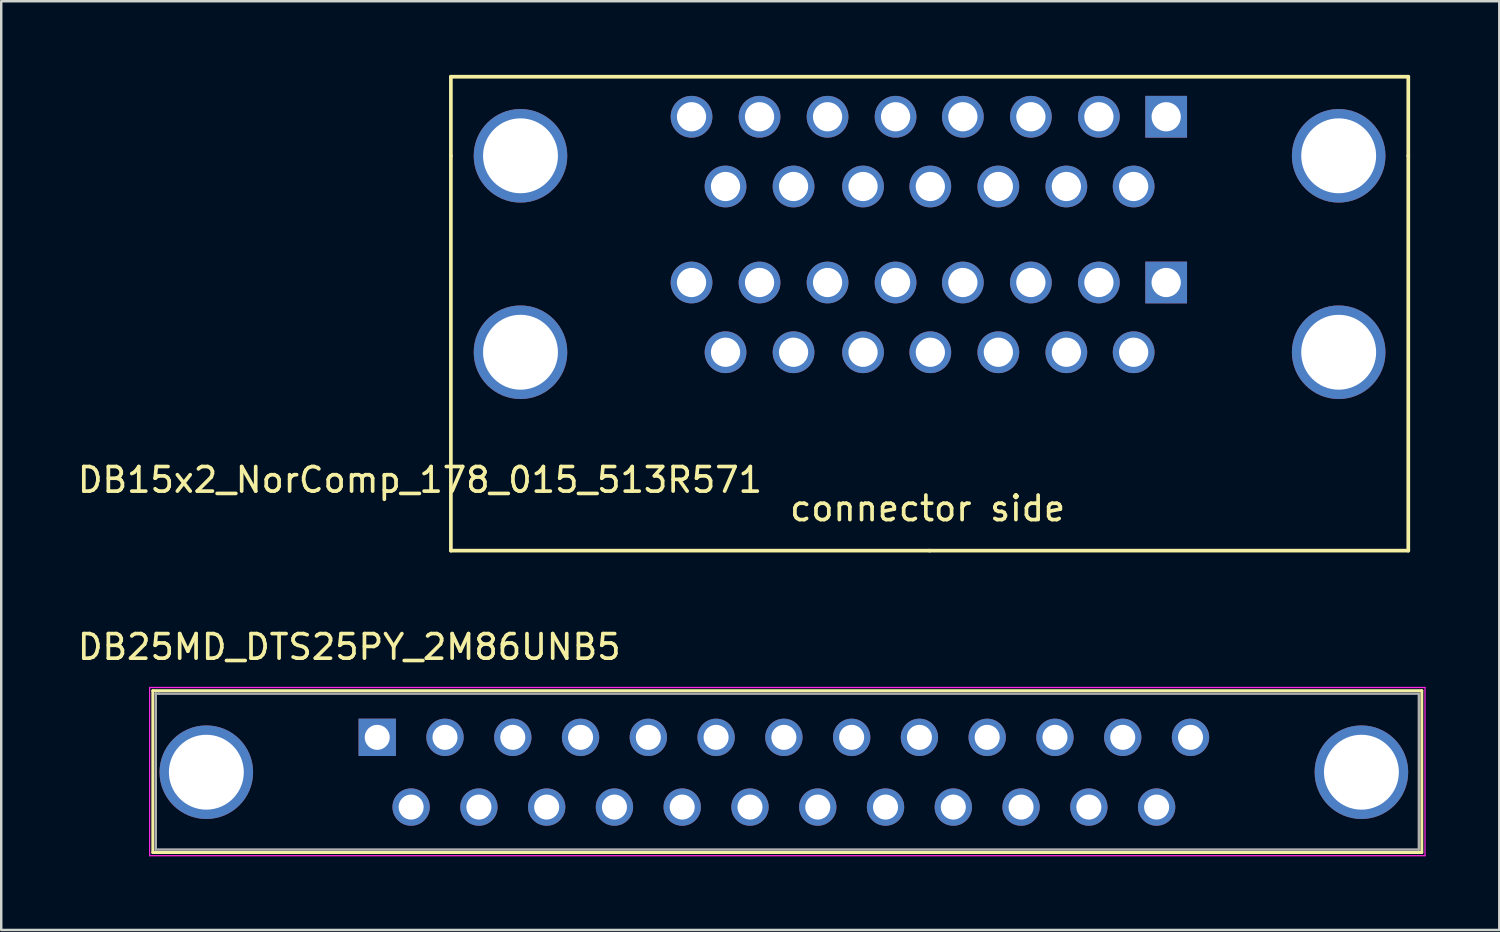
<source format=kicad_pcb>
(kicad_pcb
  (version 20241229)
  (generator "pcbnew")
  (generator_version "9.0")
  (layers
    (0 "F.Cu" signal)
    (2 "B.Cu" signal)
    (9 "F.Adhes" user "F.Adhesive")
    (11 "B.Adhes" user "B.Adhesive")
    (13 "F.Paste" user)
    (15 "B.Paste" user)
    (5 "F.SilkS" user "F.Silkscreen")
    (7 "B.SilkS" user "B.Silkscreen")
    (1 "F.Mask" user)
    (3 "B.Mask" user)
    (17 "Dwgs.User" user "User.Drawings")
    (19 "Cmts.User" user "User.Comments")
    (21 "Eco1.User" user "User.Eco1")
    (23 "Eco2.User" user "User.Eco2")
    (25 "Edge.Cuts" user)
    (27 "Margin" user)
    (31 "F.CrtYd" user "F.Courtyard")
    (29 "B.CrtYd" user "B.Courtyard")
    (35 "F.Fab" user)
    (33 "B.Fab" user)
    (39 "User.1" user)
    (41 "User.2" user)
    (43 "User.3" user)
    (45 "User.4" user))
  (footprint "DB15x2_NorComp_178_015_513R571"
    (layer "F.Cu")
    (at 34.807 3.295)
    (property "Reference" "DB15x2_NorComp_178_015_513R571" (at -20.753 13.199 180) (layer "F.SilkS") (effects (font (size 1 1) (thickness 0.15))))
    (attr through_hole)
    (fp_line (start -19.495 -3.22) (end -19.495 0) (stroke (width 0.15) (type solid)) (layer "F.SilkS"))
    (fp_line (start -19.495 16.08) (end -19.495 0) (stroke (width 0.15) (type solid)) (layer "F.SilkS"))
    (fp_line (start 0 16.08) (end -19.495 16.08) (stroke (width 0.15) (type solid)) (layer "F.SilkS"))
    (fp_line (start 19.495 -3.22) (end -19.495 -3.22) (stroke (width 0.15) (type solid)) (layer "F.SilkS"))
    (fp_line (start 19.495 0) (end 19.495 -3.22) (stroke (width 0.15) (type solid)) (layer "F.SilkS"))
    (fp_line (start 19.495 0) (end 19.495 16.08) (stroke (width 0.15) (type solid)) (layer "F.SilkS"))
    (fp_line (start 19.495 16.08) (end 0 16.08) (stroke (width 0.15) (type solid)) (layer "F.SilkS"))
    (fp_text user "connector side" (at -0.08 14.36 0) (layer "F.SilkS") (effects (font (size 1 1) (thickness 0.15))))
    (pad "0" thru_hole circle (at -16.66 0) (size 3.81 3.81) (drill 3.05) (layers "*.Cu" "*.Mask"))
    (pad "0" thru_hole circle (at -16.66 8) (size 3.81 3.81) (drill 3.05) (layers "*.Cu" "*.Mask"))
    (pad "0" thru_hole circle (at 16.66 0) (size 3.81 3.81) (drill 3.05) (layers "*.Cu" "*.Mask"))
    (pad "0" thru_hole circle (at 16.66 8) (size 3.81 3.81) (drill 3.05) (layers "*.Cu" "*.Mask"))
    (pad "1" thru_hole rect (at 9.635 -1.59) (size 1.7 1.7) (drill 1.19) (layers "*.Cu" "*.Mask"))
    (pad "1" thru_hole rect (at 9.635 5.16) (size 1.7 1.7) (drill 1.19) (layers "*.Cu" "*.Mask"))
    (pad "2" thru_hole circle (at 6.895 -1.59) (size 1.7 1.7) (drill 1.19) (layers "*.Cu" "*.Mask"))
    (pad "2" thru_hole circle (at 6.895 5.16) (size 1.7 1.7) (drill 1.19) (layers "*.Cu" "*.Mask"))
    (pad "3" thru_hole circle (at 4.125 -1.59) (size 1.7 1.7) (drill 1.19) (layers "*.Cu" "*.Mask"))
    (pad "3" thru_hole circle (at 4.125 5.16) (size 1.7 1.7) (drill 1.19) (layers "*.Cu" "*.Mask"))
    (pad "4" thru_hole circle (at 1.355 -1.59) (size 1.7 1.7) (drill 1.19) (layers "*.Cu" "*.Mask"))
    (pad "4" thru_hole circle (at 1.355 5.16) (size 1.7 1.7) (drill 1.19) (layers "*.Cu" "*.Mask"))
    (pad "5" thru_hole circle (at -1.385 -1.59) (size 1.7 1.7) (drill 1.19) (layers "*.Cu" "*.Mask"))
    (pad "5" thru_hole circle (at -1.385 5.16) (size 1.7 1.7) (drill 1.19) (layers "*.Cu" "*.Mask"))
    (pad "6" thru_hole circle (at -4.155 -1.59) (size 1.7 1.7) (drill 1.19) (layers "*.Cu" "*.Mask"))
    (pad "6" thru_hole circle (at -4.155 5.16) (size 1.7 1.7) (drill 1.19) (layers "*.Cu" "*.Mask"))
    (pad "7" thru_hole circle (at -6.925 -1.59) (size 1.7 1.7) (drill 1.19) (layers "*.Cu" "*.Mask"))
    (pad "7" thru_hole circle (at -6.925 5.16) (size 1.7 1.7) (drill 1.19) (layers "*.Cu" "*.Mask"))
    (pad "8" thru_hole circle (at -9.695 -1.59) (size 1.7 1.7) (drill 1.19) (layers "*.Cu" "*.Mask"))
    (pad "8" thru_hole circle (at -9.695 5.16) (size 1.7 1.7) (drill 1.19) (layers "*.Cu" "*.Mask"))
    (pad "9" thru_hole circle (at 8.31 1.25) (size 1.7 1.7) (drill 1.19) (layers "*.Cu" "*.Mask"))
    (pad "9" thru_hole circle (at 8.31 8) (size 1.7 1.7) (drill 1.19) (layers "*.Cu" "*.Mask"))
    (pad "10" thru_hole circle (at 5.57 1.25) (size 1.7 1.7) (drill 1.19) (layers "*.Cu" "*.Mask"))
    (pad "10" thru_hole circle (at 5.57 8) (size 1.7 1.7) (drill 1.19) (layers "*.Cu" "*.Mask"))
    (pad "11" thru_hole circle (at 2.8 1.25) (size 1.7 1.7) (drill 1.19) (layers "*.Cu" "*.Mask"))
    (pad "11" thru_hole circle (at 2.8 8) (size 1.7 1.7) (drill 1.19) (layers "*.Cu" "*.Mask"))
    (pad "12" thru_hole circle (at 0.03 1.25) (size 1.7 1.7) (drill 1.19) (layers "*.Cu" "*.Mask"))
    (pad "12" thru_hole circle (at 0.03 8) (size 1.7 1.7) (drill 1.19) (layers "*.Cu" "*.Mask"))
    (pad "13" thru_hole circle (at -2.71 1.25) (size 1.7 1.7) (drill 1.19) (layers "*.Cu" "*.Mask"))
    (pad "13" thru_hole circle (at -2.71 8) (size 1.7 1.7) (drill 1.19) (layers "*.Cu" "*.Mask"))
    (pad "14" thru_hole circle (at -5.54 1.25) (size 1.7 1.7) (drill 1.19) (layers "*.Cu" "*.Mask"))
    (pad "14" thru_hole circle (at -5.54 8) (size 1.7 1.7) (drill 1.19) (layers "*.Cu" "*.Mask"))
    (pad "15" thru_hole circle (at -8.31 1.25) (size 1.7 1.7) (drill 1.19) (layers "*.Cu" "*.Mask"))
    (pad "15" thru_hole circle (at -8.31 8) (size 1.7 1.7) (drill 1.19) (layers "*.Cu" "*.Mask")))
  (footprint "DB25MD_DTS25PY_2M86UNB5"
    (layer "F.Cu")
    (at 28.873 28.398)
    (property "Reference" "DB25MD_DTS25PY_2M86UNB5" (at -17.7 -5.1 180) (layer "F.SilkS") (effects (font (size 1 1) (thickness 0.15))))
    (attr through_hole)
    (fp_line (start -25.7 -3.32) (end -25.7 3.27) (stroke (width 0.12) (type solid)) (layer "F.SilkS"))
    (fp_line (start -25.7 -3.32) (end 25.98 -3.32) (stroke (width 0.12) (type solid)) (layer "F.SilkS"))
    (fp_line (start 25.98 3.27) (end -25.7 3.27) (stroke (width 0.12) (type solid)) (layer "F.SilkS"))
    (fp_line (start 25.98 3.27) (end 25.98 -3.32) (stroke (width 0.12) (type solid)) (layer "F.SilkS"))
    (fp_line (start -25.83 -3.45) (end -25.83 3.4) (stroke (width 0.05) (type solid)) (layer "F.CrtYd"))
    (fp_line (start -25.83 -3.45) (end 26.11 -3.45) (stroke (width 0.05) (type solid)) (layer "F.CrtYd"))
    (fp_line (start 26.11 3.4) (end -25.83 3.4) (stroke (width 0.05) (type solid)) (layer "F.CrtYd"))
    (fp_line (start 26.11 3.4) (end 26.11 -3.45) (stroke (width 0.05) (type solid)) (layer "F.CrtYd"))
    (fp_line (start -25.58 -3.2) (end -25.58 -3.2) (stroke (width 0.1) (type solid)) (layer "F.Fab"))
    (fp_line (start -25.58 -3.2) (end -25.58 3.15) (stroke (width 0.1) (type solid)) (layer "F.Fab"))
    (fp_line (start -25.58 3.15) (end 25.86 3.15) (stroke (width 0.1) (type solid)) (layer "F.Fab"))
    (fp_line (start -25.45 -3.2) (end -25.58 -3.2) (stroke (width 0.1) (type solid)) (layer "F.Fab"))
    (fp_line (start 25.86 -3.2) (end -25.45 -3.2) (stroke (width 0.1) (type solid)) (layer "F.Fab"))
    (fp_line (start 25.86 3.15) (end 25.86 -3.2) (stroke (width 0.1) (type solid)) (layer "F.Fab"))
    (pad "0" thru_hole circle (at -23.52 0) (size 3.81 3.81) (drill 3.05) (layers "*.Cu" "*.Mask"))
    (pad "0" thru_hole circle (at 23.52 0) (size 3.81 3.81) (drill 3.05) (layers "*.Cu" "*.Mask"))
    (pad "1" thru_hole rect (at -16.56 -1.42) (size 1.52 1.52) (drill 1.02) (layers "*.Cu" "*.Mask"))
    (pad "2" thru_hole circle (at -13.8 -1.42) (size 1.52 1.52) (drill 1.02) (layers "*.Cu" "*.Mask"))
    (pad "3" thru_hole circle (at -11.04 -1.42) (size 1.52 1.52) (drill 1.02) (layers "*.Cu" "*.Mask"))
    (pad "4" thru_hole circle (at -8.28 -1.42) (size 1.52 1.52) (drill 1.02) (layers "*.Cu" "*.Mask"))
    (pad "5" thru_hole circle (at -5.52 -1.42) (size 1.52 1.52) (drill 1.02) (layers "*.Cu" "*.Mask"))
    (pad "6" thru_hole circle (at -2.76 -1.42) (size 1.52 1.52) (drill 1.02) (layers "*.Cu" "*.Mask"))
    (pad "7" thru_hole circle (at 0 -1.42) (size 1.52 1.52) (drill 1.02) (layers "*.Cu" "*.Mask"))
    (pad "8" thru_hole circle (at 2.76 -1.42) (size 1.52 1.52) (drill 1.02) (layers "*.Cu" "*.Mask"))
    (pad "9" thru_hole circle (at 5.52 -1.42) (size 1.52 1.52) (drill 1.02) (layers "*.Cu" "*.Mask"))
    (pad "10" thru_hole circle (at 8.28 -1.42) (size 1.52 1.52) (drill 1.02) (layers "*.Cu" "*.Mask"))
    (pad "11" thru_hole circle (at 11.04 -1.42) (size 1.52 1.52) (drill 1.02) (layers "*.Cu" "*.Mask"))
    (pad "12" thru_hole circle (at 13.8 -1.42) (size 1.52 1.52) (drill 1.02) (layers "*.Cu" "*.Mask"))
    (pad "13" thru_hole circle (at 16.56 -1.42) (size 1.52 1.52) (drill 1.02) (layers "*.Cu" "*.Mask"))
    (pad "14" thru_hole circle (at -15.18 1.42) (size 1.52 1.52) (drill 1.02) (layers "*.Cu" "*.Mask"))
    (pad "15" thru_hole circle (at -12.42 1.42) (size 1.52 1.52) (drill 1.02) (layers "*.Cu" "*.Mask"))
    (pad "16" thru_hole circle (at -9.66 1.42) (size 1.52 1.52) (drill 1.02) (layers "*.Cu" "*.Mask"))
    (pad "17" thru_hole circle (at -6.9 1.42) (size 1.52 1.52) (drill 1.02) (layers "*.Cu" "*.Mask"))
    (pad "18" thru_hole circle (at -4.14 1.42) (size 1.52 1.52) (drill 1.02) (layers "*.Cu" "*.Mask"))
    (pad "19" thru_hole circle (at -1.38 1.42) (size 1.52 1.52) (drill 1.02) (layers "*.Cu" "*.Mask"))
    (pad "20" thru_hole circle (at 1.38 1.42) (size 1.52 1.52) (drill 1.02) (layers "*.Cu" "*.Mask"))
    (pad "21" thru_hole circle (at 4.14 1.42) (size 1.52 1.52) (drill 1.02) (layers "*.Cu" "*.Mask"))
    (pad "22" thru_hole circle (at 6.9 1.42) (size 1.52 1.52) (drill 1.02) (layers "*.Cu" "*.Mask"))
    (pad "23" thru_hole circle (at 9.66 1.42) (size 1.52 1.52) (drill 1.02) (layers "*.Cu" "*.Mask"))
    (pad "24" thru_hole circle (at 12.42 1.42) (size 1.52 1.52) (drill 1.02) (layers "*.Cu" "*.Mask"))
    (pad "25" thru_hole circle (at 15.18 1.42) (size 1.52 1.52) (drill 1.02) (layers "*.Cu" "*.Mask")))
  (gr_rect
    (start -3 -3)
    (end 58.008 34.823)
    (stroke (width 0.1) (type default))
    (fill no)
    (layer "Edge.Cuts")))
</source>
